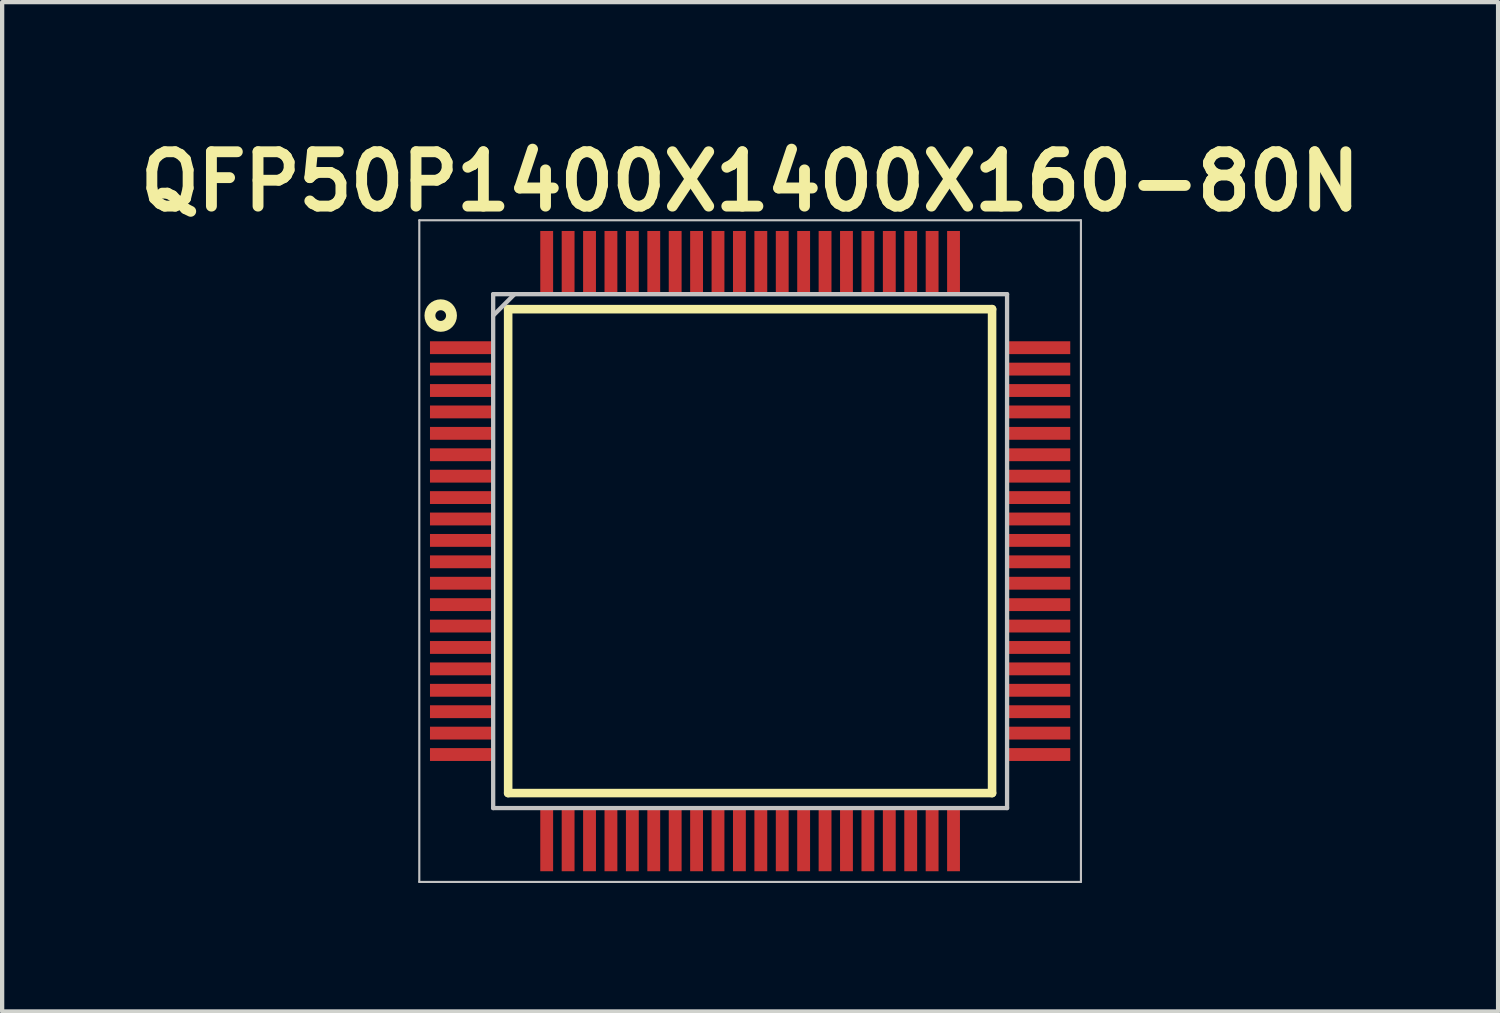
<source format=kicad_pcb>
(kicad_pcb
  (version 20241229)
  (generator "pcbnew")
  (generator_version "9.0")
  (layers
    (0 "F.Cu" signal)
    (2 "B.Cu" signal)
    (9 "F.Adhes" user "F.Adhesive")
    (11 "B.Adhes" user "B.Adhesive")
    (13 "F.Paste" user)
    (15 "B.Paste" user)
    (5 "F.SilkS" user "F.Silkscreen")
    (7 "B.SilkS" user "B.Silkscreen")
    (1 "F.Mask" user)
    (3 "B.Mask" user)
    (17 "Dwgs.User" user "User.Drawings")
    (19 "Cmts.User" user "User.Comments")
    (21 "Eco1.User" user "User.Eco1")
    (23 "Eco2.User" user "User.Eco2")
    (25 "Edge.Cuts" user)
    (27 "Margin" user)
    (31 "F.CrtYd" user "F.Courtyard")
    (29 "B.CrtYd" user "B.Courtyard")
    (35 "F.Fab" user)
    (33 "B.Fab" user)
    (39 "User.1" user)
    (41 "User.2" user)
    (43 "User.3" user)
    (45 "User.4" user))
  (footprint "QFP50P1400X1400X160-80N"
    (layer "F.Cu")
    (at 14.466 9.819)
    (property "Reference" "QFP50P1400X1400X160-80N" (at 0 -8.63 0) (layer "F.SilkS") (effects (font (size 1.27 1.27) (thickness 0.254))))
    (attr smd)
    (fp_line (start -5.65 -5.65) (end 5.65 -5.65) (stroke (width 0.2) (type solid)) (layer "F.SilkS"))
    (fp_line (start -5.65 5.65) (end -5.65 -5.65) (stroke (width 0.2) (type solid)) (layer "F.SilkS"))
    (fp_line (start 5.65 -5.65) (end 5.65 5.65) (stroke (width 0.2) (type solid)) (layer "F.SilkS"))
    (fp_line (start 5.65 5.65) (end -5.65 5.65) (stroke (width 0.2) (type solid)) (layer "F.SilkS"))
    (fp_circle (center -7.225 -5.5) (end -7.35 -5.5) (stroke (width 0.254) (type solid)) (fill no) (layer "F.SilkS"))
    (fp_line (start -7.725 -7.725) (end 7.725 -7.725) (stroke (width 0.05) (type solid)) (layer "Dwgs.User"))
    (fp_line (start -7.725 7.725) (end -7.725 -7.725) (stroke (width 0.05) (type solid)) (layer "Dwgs.User"))
    (fp_line (start -6 -6) (end 6 -6) (stroke (width 0.1) (type solid)) (layer "Dwgs.User"))
    (fp_line (start -6 -5.5) (end -5.5 -6) (stroke (width 0.1) (type solid)) (layer "Dwgs.User"))
    (fp_line (start -6 6) (end -6 -6) (stroke (width 0.1) (type solid)) (layer "Dwgs.User"))
    (fp_line (start 6 -6) (end 6 6) (stroke (width 0.1) (type solid)) (layer "Dwgs.User"))
    (fp_line (start 6 6) (end -6 6) (stroke (width 0.1) (type solid)) (layer "Dwgs.User"))
    (fp_line (start 7.725 -7.725) (end 7.725 7.725) (stroke (width 0.05) (type solid)) (layer "Dwgs.User"))
    (fp_line (start 7.725 7.725) (end -7.725 7.725) (stroke (width 0.05) (type solid)) (layer "Dwgs.User"))
    (pad "1" smd rect (at -6.738 -4.75 90) (size 0.3 1.475) (layers "F.Cu" "F.Mask" "F.Paste"))
    (pad "2" smd rect (at -6.738 -4.25 90) (size 0.3 1.475) (layers "F.Cu" "F.Mask" "F.Paste"))
    (pad "3" smd rect (at -6.738 -3.75 90) (size 0.3 1.475) (layers "F.Cu" "F.Mask" "F.Paste"))
    (pad "4" smd rect (at -6.738 -3.25 90) (size 0.3 1.475) (layers "F.Cu" "F.Mask" "F.Paste"))
    (pad "5" smd rect (at -6.738 -2.75 90) (size 0.3 1.475) (layers "F.Cu" "F.Mask" "F.Paste"))
    (pad "6" smd rect (at -6.738 -2.25 90) (size 0.3 1.475) (layers "F.Cu" "F.Mask" "F.Paste"))
    (pad "7" smd rect (at -6.738 -1.75 90) (size 0.3 1.475) (layers "F.Cu" "F.Mask" "F.Paste"))
    (pad "8" smd rect (at -6.738 -1.25 90) (size 0.3 1.475) (layers "F.Cu" "F.Mask" "F.Paste"))
    (pad "9" smd rect (at -6.738 -0.75 90) (size 0.3 1.475) (layers "F.Cu" "F.Mask" "F.Paste"))
    (pad "10" smd rect (at -6.738 -0.25 90) (size 0.3 1.475) (layers "F.Cu" "F.Mask" "F.Paste"))
    (pad "11" smd rect (at -6.738 0.25 90) (size 0.3 1.475) (layers "F.Cu" "F.Mask" "F.Paste"))
    (pad "12" smd rect (at -6.738 0.75 90) (size 0.3 1.475) (layers "F.Cu" "F.Mask" "F.Paste"))
    (pad "13" smd rect (at -6.738 1.25 90) (size 0.3 1.475) (layers "F.Cu" "F.Mask" "F.Paste"))
    (pad "14" smd rect (at -6.738 1.75 90) (size 0.3 1.475) (layers "F.Cu" "F.Mask" "F.Paste"))
    (pad "15" smd rect (at -6.738 2.25 90) (size 0.3 1.475) (layers "F.Cu" "F.Mask" "F.Paste"))
    (pad "16" smd rect (at -6.738 2.75 90) (size 0.3 1.475) (layers "F.Cu" "F.Mask" "F.Paste"))
    (pad "17" smd rect (at -6.738 3.25 90) (size 0.3 1.475) (layers "F.Cu" "F.Mask" "F.Paste"))
    (pad "18" smd rect (at -6.738 3.75 90) (size 0.3 1.475) (layers "F.Cu" "F.Mask" "F.Paste"))
    (pad "19" smd rect (at -6.738 4.25 90) (size 0.3 1.475) (layers "F.Cu" "F.Mask" "F.Paste"))
    (pad "20" smd rect (at -6.738 4.75 90) (size 0.3 1.475) (layers "F.Cu" "F.Mask" "F.Paste"))
    (pad "21" smd rect (at -4.75 6.738) (size 0.3 1.475) (layers "F.Cu" "F.Mask" "F.Paste"))
    (pad "22" smd rect (at -4.25 6.738) (size 0.3 1.475) (layers "F.Cu" "F.Mask" "F.Paste"))
    (pad "23" smd rect (at -3.75 6.738) (size 0.3 1.475) (layers "F.Cu" "F.Mask" "F.Paste"))
    (pad "24" smd rect (at -3.25 6.738) (size 0.3 1.475) (layers "F.Cu" "F.Mask" "F.Paste"))
    (pad "25" smd rect (at -2.75 6.738) (size 0.3 1.475) (layers "F.Cu" "F.Mask" "F.Paste"))
    (pad "26" smd rect (at -2.25 6.738) (size 0.3 1.475) (layers "F.Cu" "F.Mask" "F.Paste"))
    (pad "27" smd rect (at -1.75 6.738) (size 0.3 1.475) (layers "F.Cu" "F.Mask" "F.Paste"))
    (pad "28" smd rect (at -1.25 6.738) (size 0.3 1.475) (layers "F.Cu" "F.Mask" "F.Paste"))
    (pad "29" smd rect (at -0.75 6.738) (size 0.3 1.475) (layers "F.Cu" "F.Mask" "F.Paste"))
    (pad "30" smd rect (at -0.25 6.738) (size 0.3 1.475) (layers "F.Cu" "F.Mask" "F.Paste"))
    (pad "31" smd rect (at 0.25 6.738) (size 0.3 1.475) (layers "F.Cu" "F.Mask" "F.Paste"))
    (pad "32" smd rect (at 0.75 6.738) (size 0.3 1.475) (layers "F.Cu" "F.Mask" "F.Paste"))
    (pad "33" smd rect (at 1.25 6.738) (size 0.3 1.475) (layers "F.Cu" "F.Mask" "F.Paste"))
    (pad "34" smd rect (at 1.75 6.738) (size 0.3 1.475) (layers "F.Cu" "F.Mask" "F.Paste"))
    (pad "35" smd rect (at 2.25 6.738) (size 0.3 1.475) (layers "F.Cu" "F.Mask" "F.Paste"))
    (pad "36" smd rect (at 2.75 6.738) (size 0.3 1.475) (layers "F.Cu" "F.Mask" "F.Paste"))
    (pad "37" smd rect (at 3.25 6.738) (size 0.3 1.475) (layers "F.Cu" "F.Mask" "F.Paste"))
    (pad "38" smd rect (at 3.75 6.738) (size 0.3 1.475) (layers "F.Cu" "F.Mask" "F.Paste"))
    (pad "39" smd rect (at 4.25 6.738) (size 0.3 1.475) (layers "F.Cu" "F.Mask" "F.Paste"))
    (pad "40" smd rect (at 4.75 6.738) (size 0.3 1.475) (layers "F.Cu" "F.Mask" "F.Paste"))
    (pad "41" smd rect (at 6.738 4.75 90) (size 0.3 1.475) (layers "F.Cu" "F.Mask" "F.Paste"))
    (pad "42" smd rect (at 6.738 4.25 90) (size 0.3 1.475) (layers "F.Cu" "F.Mask" "F.Paste"))
    (pad "43" smd rect (at 6.738 3.75 90) (size 0.3 1.475) (layers "F.Cu" "F.Mask" "F.Paste"))
    (pad "44" smd rect (at 6.738 3.25 90) (size 0.3 1.475) (layers "F.Cu" "F.Mask" "F.Paste"))
    (pad "45" smd rect (at 6.738 2.75 90) (size 0.3 1.475) (layers "F.Cu" "F.Mask" "F.Paste"))
    (pad "46" smd rect (at 6.738 2.25 90) (size 0.3 1.475) (layers "F.Cu" "F.Mask" "F.Paste"))
    (pad "47" smd rect (at 6.738 1.75 90) (size 0.3 1.475) (layers "F.Cu" "F.Mask" "F.Paste"))
    (pad "48" smd rect (at 6.738 1.25 90) (size 0.3 1.475) (layers "F.Cu" "F.Mask" "F.Paste"))
    (pad "49" smd rect (at 6.738 0.75 90) (size 0.3 1.475) (layers "F.Cu" "F.Mask" "F.Paste"))
    (pad "50" smd rect (at 6.738 0.25 90) (size 0.3 1.475) (layers "F.Cu" "F.Mask" "F.Paste"))
    (pad "51" smd rect (at 6.738 -0.25 90) (size 0.3 1.475) (layers "F.Cu" "F.Mask" "F.Paste"))
    (pad "52" smd rect (at 6.738 -0.75 90) (size 0.3 1.475) (layers "F.Cu" "F.Mask" "F.Paste"))
    (pad "53" smd rect (at 6.738 -1.25 90) (size 0.3 1.475) (layers "F.Cu" "F.Mask" "F.Paste"))
    (pad "54" smd rect (at 6.738 -1.75 90) (size 0.3 1.475) (layers "F.Cu" "F.Mask" "F.Paste"))
    (pad "55" smd rect (at 6.738 -2.25 90) (size 0.3 1.475) (layers "F.Cu" "F.Mask" "F.Paste"))
    (pad "56" smd rect (at 6.738 -2.75 90) (size 0.3 1.475) (layers "F.Cu" "F.Mask" "F.Paste"))
    (pad "57" smd rect (at 6.738 -3.25 90) (size 0.3 1.475) (layers "F.Cu" "F.Mask" "F.Paste"))
    (pad "58" smd rect (at 6.738 -3.75 90) (size 0.3 1.475) (layers "F.Cu" "F.Mask" "F.Paste"))
    (pad "59" smd rect (at 6.738 -4.25 90) (size 0.3 1.475) (layers "F.Cu" "F.Mask" "F.Paste"))
    (pad "60" smd rect (at 6.738 -4.75 90) (size 0.3 1.475) (layers "F.Cu" "F.Mask" "F.Paste"))
    (pad "61" smd rect (at 4.75 -6.738) (size 0.3 1.475) (layers "F.Cu" "F.Mask" "F.Paste"))
    (pad "62" smd rect (at 4.25 -6.738) (size 0.3 1.475) (layers "F.Cu" "F.Mask" "F.Paste"))
    (pad "63" smd rect (at 3.75 -6.738) (size 0.3 1.475) (layers "F.Cu" "F.Mask" "F.Paste"))
    (pad "64" smd rect (at 3.25 -6.738) (size 0.3 1.475) (layers "F.Cu" "F.Mask" "F.Paste"))
    (pad "65" smd rect (at 2.75 -6.738) (size 0.3 1.475) (layers "F.Cu" "F.Mask" "F.Paste"))
    (pad "66" smd rect (at 2.25 -6.738) (size 0.3 1.475) (layers "F.Cu" "F.Mask" "F.Paste"))
    (pad "67" smd rect (at 1.75 -6.738) (size 0.3 1.475) (layers "F.Cu" "F.Mask" "F.Paste"))
    (pad "68" smd rect (at 1.25 -6.738) (size 0.3 1.475) (layers "F.Cu" "F.Mask" "F.Paste"))
    (pad "69" smd rect (at 0.75 -6.738) (size 0.3 1.475) (layers "F.Cu" "F.Mask" "F.Paste"))
    (pad "70" smd rect (at 0.25 -6.738) (size 0.3 1.475) (layers "F.Cu" "F.Mask" "F.Paste"))
    (pad "71" smd rect (at -0.25 -6.738) (size 0.3 1.475) (layers "F.Cu" "F.Mask" "F.Paste"))
    (pad "72" smd rect (at -0.75 -6.738) (size 0.3 1.475) (layers "F.Cu" "F.Mask" "F.Paste"))
    (pad "73" smd rect (at -1.25 -6.738) (size 0.3 1.475) (layers "F.Cu" "F.Mask" "F.Paste"))
    (pad "74" smd rect (at -1.75 -6.738) (size 0.3 1.475) (layers "F.Cu" "F.Mask" "F.Paste"))
    (pad "75" smd rect (at -2.25 -6.738) (size 0.3 1.475) (layers "F.Cu" "F.Mask" "F.Paste"))
    (pad "76" smd rect (at -2.75 -6.738) (size 0.3 1.475) (layers "F.Cu" "F.Mask" "F.Paste"))
    (pad "77" smd rect (at -3.25 -6.738) (size 0.3 1.475) (layers "F.Cu" "F.Mask" "F.Paste"))
    (pad "78" smd rect (at -3.75 -6.738) (size 0.3 1.475) (layers "F.Cu" "F.Mask" "F.Paste"))
    (pad "79" smd rect (at -4.25 -6.738) (size 0.3 1.475) (layers "F.Cu" "F.Mask" "F.Paste"))
    (pad "80" smd rect (at -4.75 -6.738) (size 0.3 1.475) (layers "F.Cu" "F.Mask" "F.Paste")))
  (gr_rect
    (start -3 -3)
    (end 31.932 20.569)
    (stroke (width 0.1) (type default))
    (fill no)
    (layer "Edge.Cuts")))
</source>
